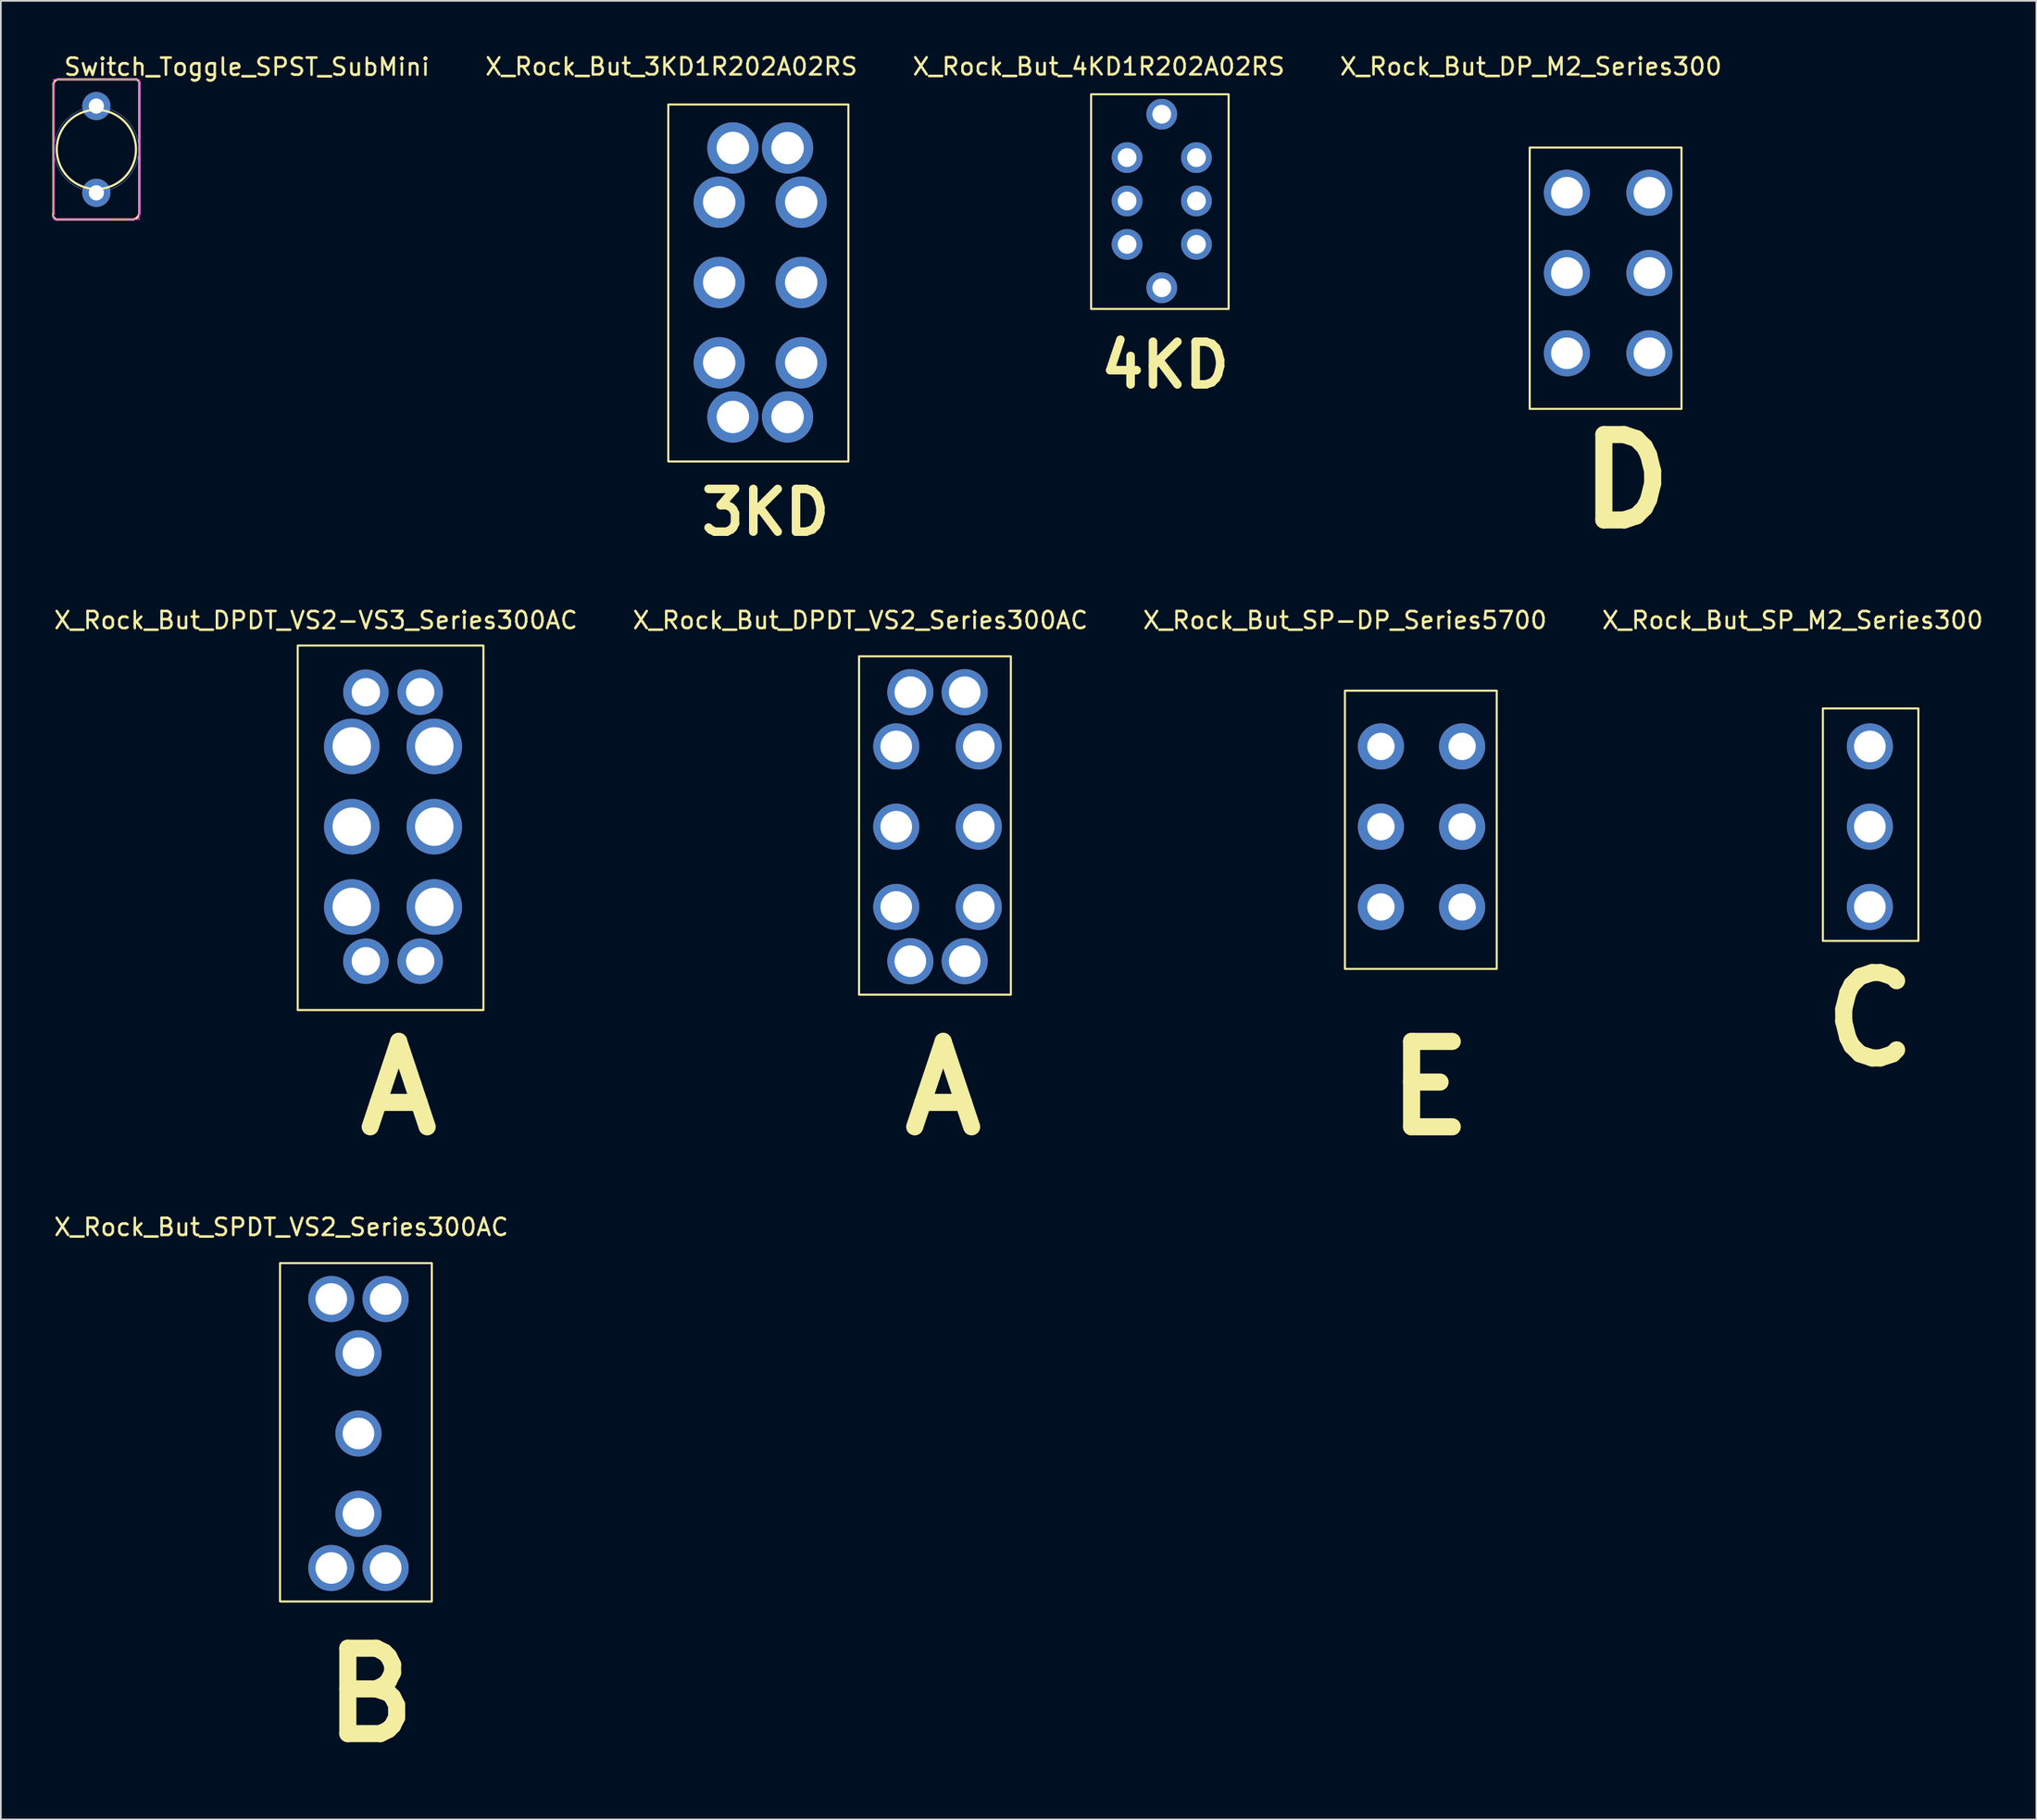
<source format=kicad_pcb>
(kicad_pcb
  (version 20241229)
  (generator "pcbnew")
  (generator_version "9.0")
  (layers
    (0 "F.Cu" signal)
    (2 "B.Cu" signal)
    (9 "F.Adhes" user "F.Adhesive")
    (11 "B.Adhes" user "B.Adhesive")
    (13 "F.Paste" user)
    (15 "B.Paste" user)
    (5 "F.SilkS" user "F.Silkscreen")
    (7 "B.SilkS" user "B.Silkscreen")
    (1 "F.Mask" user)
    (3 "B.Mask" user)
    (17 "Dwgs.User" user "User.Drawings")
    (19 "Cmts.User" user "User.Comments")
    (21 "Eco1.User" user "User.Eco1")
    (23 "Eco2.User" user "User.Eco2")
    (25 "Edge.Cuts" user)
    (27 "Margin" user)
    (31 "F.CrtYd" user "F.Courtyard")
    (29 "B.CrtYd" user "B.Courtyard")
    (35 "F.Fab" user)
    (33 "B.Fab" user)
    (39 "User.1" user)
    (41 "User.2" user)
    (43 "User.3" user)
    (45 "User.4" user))
  (footprint "X_Rock_But_DP_M2_Series300"
    (layer "F.Cu")
    (at 89.487 5.058)
    (property "Reference" "X_Rock_But_DP_M2_Series300" (at -2.93 -4.21 0) (unlocked yes) (layer "F.SilkS") (effects (font (size 1 1) (thickness 0.15))))
    (fp_rect (start -3.002 0.53) (end 5.883 15.83) (stroke (width 0.12) (type default)) (fill no) (layer "F.SilkS"))
    (fp_text user "D" (at -0.51 23 0) (unlocked yes) (layer "F.SilkS") (effects (font (size 5 5) (thickness 1) (bold yes)) (justify left bottom)))
    (pad "5" thru_hole circle (at -0.825 12.575) (size 2.7 2.7) (drill 1.85) (layers "*.Cu" "*.Mask"))
    (pad "6" thru_hole circle (at -0.825 7.875) (size 2.7 2.7) (drill 1.85) (layers "*.Cu" "*.Mask"))
    (pad "7" thru_hole circle (at -0.825 3.175) (size 2.7 2.7) (drill 1.85) (layers "*.Cu" "*.Mask"))
    (pad "8" thru_hole circle (at 4.005 3.175) (size 2.7 2.7) (drill 1.85) (layers "*.Cu" "*.Mask"))
    (pad "9" thru_hole circle (at 4.005 7.875) (size 2.7 2.7) (drill 1.85) (layers "*.Cu" "*.Mask"))
    (pad "10" thru_hole circle (at 4.005 12.575) (size 2.7 2.7) (drill 1.85) (layers "*.Cu" "*.Mask")))
  (footprint "Switch_Toggle_SPST_SubMini"
    (layer "F.Cu")
    (at 2.59 5.7)
    (property "Reference" "Switch_Toggle_SPST_SubMini" (at -1.98 -4.25 0) (layer "F.SilkS") (effects (font (size 1 1) (thickness 0.15)) (justify left bottom)))
    (attr through_hole)
    (fp_line (start -2.51 3.746) (end -2.51 -3.846) (stroke (width 0.127) (type solid)) (layer "F.SilkS"))
    (fp_line (start -2.146 -4.1) (end 2.346 -4.1) (stroke (width 0.127) (type solid)) (layer "F.SilkS"))
    (fp_line (start 2.146 4.1) (end -2.346 4.1) (stroke (width 0.127) (type solid)) (layer "F.SilkS"))
    (fp_line (start 2.51 -3.846) (end 2.51 3.646) (stroke (width 0.127) (type solid)) (layer "F.SilkS"))
    (fp_arc (start -2.51 -3.846) (mid -2.380625 -4.048417) (end -2.145999 -4.100001) (stroke (width 0.127) (type solid)) (layer "F.SilkS"))
    (fp_arc (start -2.346 4.1) (mid -2.501345 3.956979) (end -2.51 3.746) (stroke (width 0.127) (type solid)) (layer "F.SilkS"))
    (fp_arc (start 2.346 -4.1) (mid 2.480605 -4.006966) (end 2.51 -3.846) (stroke (width 0.127) (type solid)) (layer "F.SilkS"))
    (fp_arc (start 2.51 3.646) (mid 2.422026 3.948387) (end 2.146 4.1) (stroke (width 0.127) (type solid)) (layer "F.SilkS"))
    (fp_circle (center 0 0) (end 2.32 0) (stroke (width 0.127) (type solid)) (fill no) (layer "F.SilkS"))
    (fp_circle (center 0 0) (end 2.477 0) (stroke (width 0.025) (type solid)) (fill no) (layer "Cmts.User"))
    (fp_line (start -2.5 -4.1) (end -2.5 4.1) (stroke (width 0.05) (type solid)) (layer "F.CrtYd"))
    (fp_line (start -2.5 4.1) (end 2.5 4.1) (stroke (width 0.05) (type solid)) (layer "F.CrtYd"))
    (fp_line (start 2.5 -4.1) (end -2.5 -4.1) (stroke (width 0.05) (type solid)) (layer "F.CrtYd"))
    (fp_line (start 2.5 4.1) (end 2.5 -4.1) (stroke (width 0.05) (type solid)) (layer "F.CrtYd"))
    (pad "1" thru_hole circle (at 0 -2.54) (size 1.651 1.651) (drill 0.889) (layers "*.Cu" "*.Mask"))
    (pad "2" thru_hole circle (at 0 2.54) (size 1.651 1.651) (drill 0.889) (layers "*.Cu" "*.Mask")))
  (footprint "X_Rock_But_DPDT_VS2-VS3_Series300AC"
    (layer "F.Cu")
    (at 18.365 37.477)
    (property "Reference" "X_Rock_But_DPDT_VS2-VS3_Series300AC" (at -2.93 -4.21 0) (unlocked yes) (layer "F.SilkS") (effects (font (size 1 1) (thickness 0.15))))
    (fp_rect (start -3.99 -2.73) (end 6.88 18.61) (stroke (width 0.12) (type default)) (fill no) (layer "F.SilkS"))
    (fp_text user "A" (at -0.88 26.11 0) (unlocked yes) (layer "F.SilkS") (effects (font (size 5 5) (thickness 1) (bold yes)) (justify left bottom)))
    (pad "1" thru_hole circle (at 0 0) (size 2.66 2.66) (drill 1.66) (layers "*.Cu" "*.Mask"))
    (pad "2" thru_hole circle (at 3.18 0) (size 2.66 2.66) (drill 1.66) (layers "*.Cu" "*.Mask"))
    (pad "3" thru_hole circle (at 0 15.75) (size 2.66 2.66) (drill 1.66) (layers "*.Cu" "*.Mask"))
    (pad "4" thru_hole circle (at 3.18 15.75) (size 2.66 2.66) (drill 1.66) (layers "*.Cu" "*.Mask"))
    (pad "5" thru_hole circle (at -0.825 12.575) (size 3.25 3.25) (drill 2.25) (layers "*.Cu" "*.Mask"))
    (pad "6" thru_hole circle (at -0.825 7.875) (size 3.25 3.25) (drill 2.25) (layers "*.Cu" "*.Mask"))
    (pad "7" thru_hole circle (at -0.825 3.175) (size 3.25 3.25) (drill 2.25) (layers "*.Cu" "*.Mask"))
    (pad "8" thru_hole circle (at 4.005 3.175) (size 3.25 3.25) (drill 2.25) (layers "*.Cu" "*.Mask"))
    (pad "9" thru_hole circle (at 4.005 7.875) (size 3.25 3.25) (drill 2.25) (layers "*.Cu" "*.Mask"))
    (pad "10" thru_hole circle (at 4.005 12.575) (size 3.25 3.25) (drill 2.25) (layers "*.Cu" "*.Mask")))
  (footprint "X_Rock_But_DPDT_VS2_Series300AC"
    (layer "F.Cu")
    (at 50.234 37.477)
    (property "Reference" "X_Rock_But_DPDT_VS2_Series300AC" (at -2.93 -4.21 0) (unlocked yes) (layer "F.SilkS") (effects (font (size 1 1) (thickness 0.15))))
    (fp_rect (start -3.002 -2.1) (end 5.883 17.71) (stroke (width 0.12) (type default)) (fill no) (layer "F.SilkS"))
    (fp_text user "A" (at -0.88 26.11 0) (unlocked yes) (layer "F.SilkS") (effects (font (size 5 5) (thickness 1) (bold yes)) (justify left bottom)))
    (pad "1" thru_hole circle (at 0 0) (size 2.7 2.7) (drill 1.85) (layers "*.Cu" "*.Mask"))
    (pad "2" thru_hole circle (at 3.18 0) (size 2.7 2.7) (drill 1.85) (layers "*.Cu" "*.Mask"))
    (pad "3" thru_hole circle (at 0 15.75) (size 2.7 2.7) (drill 1.85) (layers "*.Cu" "*.Mask"))
    (pad "4" thru_hole circle (at 3.18 15.75) (size 2.7 2.7) (drill 1.85) (layers "*.Cu" "*.Mask"))
    (pad "5" thru_hole circle (at -0.825 12.575) (size 2.7 2.7) (drill 1.85) (layers "*.Cu" "*.Mask"))
    (pad "6" thru_hole circle (at -0.825 7.875) (size 2.7 2.7) (drill 1.85) (layers "*.Cu" "*.Mask"))
    (pad "7" thru_hole circle (at -0.825 3.175) (size 2.7 2.7) (drill 1.85) (layers "*.Cu" "*.Mask"))
    (pad "8" thru_hole circle (at 4.005 3.175) (size 2.7 2.7) (drill 1.85) (layers "*.Cu" "*.Mask"))
    (pad "9" thru_hole circle (at 4.005 7.875) (size 2.7 2.7) (drill 1.85) (layers "*.Cu" "*.Mask"))
    (pad "10" thru_hole circle (at 4.005 12.575) (size 2.7 2.7) (drill 1.85) (layers "*.Cu" "*.Mask")))
  (footprint "X_Rock_But_SPDT_VS2_Series300AC"
    (layer "F.Cu")
    (at 16.341 73.005)
    (property "Reference" "X_Rock_But_SPDT_VS2_Series300AC" (at -2.93 -4.21 0) (unlocked yes) (layer "F.SilkS") (effects (font (size 1 1) (thickness 0.15))))
    (fp_rect (start -3.002 -2.1) (end 5.883 17.71) (stroke (width 0.12) (type default)) (fill no) (layer "F.SilkS"))
    (fp_text user "B" (at -0.88 26.11 0) (unlocked yes) (layer "F.SilkS") (effects (font (size 5 5) (thickness 1) (bold yes)) (justify left bottom)))
    (pad "1" thru_hole circle (at 0 0) (size 2.7 2.7) (drill 1.85) (layers "*.Cu" "*.Mask"))
    (pad "2" thru_hole circle (at 3.18 0) (size 2.7 2.7) (drill 1.85) (layers "*.Cu" "*.Mask"))
    (pad "3" thru_hole circle (at 0 15.75) (size 2.7 2.7) (drill 1.85) (layers "*.Cu" "*.Mask"))
    (pad "4" thru_hole circle (at 3.18 15.75) (size 2.7 2.7) (drill 1.85) (layers "*.Cu" "*.Mask"))
    (pad "5" thru_hole circle (at 1.59 12.575) (size 2.7 2.7) (drill 1.85) (layers "*.Cu" "*.Mask"))
    (pad "6" thru_hole circle (at 1.59 7.875) (size 2.7 2.7) (drill 1.85) (layers "*.Cu" "*.Mask"))
    (pad "7" thru_hole circle (at 1.59 3.175) (size 2.7 2.7) (drill 1.85) (layers "*.Cu" "*.Mask")))
  (footprint "X_Rock_But_4KD1R202A02RS"
    (layer "F.Cu")
    (at 62.919 6.178)
    (property "Reference" "X_Rock_But_4KD1R202A02RS" (at -1.66 -5.33 0) (unlocked yes) (layer "F.SilkS") (effects (font (size 1 1) (thickness 0.15))))
    (fp_rect (start -2.105 -3.71) (end 5.945 8.86) (stroke (width 0.12) (type default)) (fill no) (layer "F.SilkS"))
    (fp_text user "4KD" (at -1.79 13.61 0) (unlocked yes) (layer "F.SilkS") (effects (font (size 2.5 2.5) (thickness 0.5) (bold yes)) (justify left bottom)))
    (pad "1" thru_hole circle (at 0 0) (size 1.8 1.8) (drill 1.1) (layers "*.Cu" "*.Mask"))
    (pad "2" thru_hole circle (at 0 2.54) (size 1.8 1.8) (drill 1.1) (layers "*.Cu" "*.Mask"))
    (pad "3" thru_hole circle (at 0 5.08) (size 1.8 1.8) (drill 1.1) (layers "*.Cu" "*.Mask"))
    (pad "4" thru_hole circle (at 4.06 0) (size 1.8 1.8) (drill 1.1) (layers "*.Cu" "*.Mask"))
    (pad "5" thru_hole circle (at 4.06 2.54) (size 1.8 1.8) (drill 1.1) (layers "*.Cu" "*.Mask"))
    (pad "6" thru_hole circle (at 4.06 5.08) (size 1.8 1.8) (drill 1.1) (layers "*.Cu" "*.Mask"))
    (pad "7" thru_hole circle (at 2.03 -2.54) (size 1.8 1.8) (drill 1.1) (layers "*.Cu" "*.Mask"))
    (pad "8" thru_hole circle (at 2.03 7.62) (size 1.8 1.8) (drill 1.1) (layers "*.Cu" "*.Mask")))
  (footprint "X_Rock_But_3KD1R202A02RS"
    (layer "F.Cu")
    (at 39.047 8.788)
    (property "Reference" "X_Rock_But_3KD1R202A02RS" (at -2.8 -7.94 0) (unlocked yes) (layer "F.SilkS") (effects (font (size 1 1) (thickness 0.15))))
    (fp_rect (start -2.98 -5.72) (end 7.56 15.18) (stroke (width 0.12) (type default)) (fill no) (layer "F.SilkS"))
    (fp_text user "3KD" (at -1.31 19.62 0) (unlocked yes) (layer "F.SilkS") (effects (font (size 2.5 2.5) (thickness 0.5) (bold yes)) (justify left bottom)))
    (pad "1" thru_hole circle (at 0 0) (size 3 3) (drill 1.9) (layers "*.Cu" "*.Mask"))
    (pad "2" thru_hole circle (at 0 4.7) (size 3 3) (drill 1.9) (layers "*.Cu" "*.Mask"))
    (pad "3" thru_hole circle (at 0 9.4) (size 3 3) (drill 1.9) (layers "*.Cu" "*.Mask"))
    (pad "4" thru_hole circle (at 4.8 0) (size 3 3) (drill 1.9) (layers "*.Cu" "*.Mask"))
    (pad "5" thru_hole circle (at 4.8 4.7) (size 3 3) (drill 1.9) (layers "*.Cu" "*.Mask"))
    (pad "6" thru_hole circle (at 4.8 9.4) (size 3 3) (drill 1.9) (layers "*.Cu" "*.Mask"))
    (pad "7" thru_hole circle (at 0.8 -3.175) (size 3 3) (drill 1.9) (layers "*.Cu" "*.Mask"))
    (pad "8" thru_hole circle (at 4 -3.175) (size 3 3) (drill 1.9) (layers "*.Cu" "*.Mask"))
    (pad "9" thru_hole circle (at 0.8 12.575) (size 3 3) (drill 1.9) (layers "*.Cu" "*.Mask"))
    (pad "10" thru_hole circle (at 4 12.575) (size 3 3) (drill 1.9) (layers "*.Cu" "*.Mask")))
  (footprint "X_Rock_But_SP_M2_Series300"
    (layer "F.Cu")
    (at 104.805 37.477)
    (property "Reference" "X_Rock_But_SP_M2_Series300" (at -2.93 -4.21 0) (unlocked yes) (layer "F.SilkS") (effects (font (size 1 1) (thickness 0.15))))
    (fp_rect (start -1.161 0.95) (end 4.43 14.56) (stroke (width 0.12) (type default)) (fill no) (layer "F.SilkS"))
    (fp_text user "C" (at -1.55 22.08 0) (unlocked yes) (layer "F.SilkS") (effects (font (size 5 5) (thickness 1) (bold yes)) (justify left bottom)))
    (pad "1" thru_hole circle (at 1.59 3.175) (size 2.7 2.7) (drill 1.85) (layers "*.Cu" "*.Mask"))
    (pad "2" thru_hole circle (at 1.59 7.875) (size 2.7 2.7) (drill 1.85) (layers "*.Cu" "*.Mask"))
    (pad "3" thru_hole circle (at 1.59 12.575) (size 2.7 2.7) (drill 1.85) (layers "*.Cu" "*.Mask")))
  (footprint "X_Rock_But_SP-DP_Series5700"
    (layer "F.Cu")
    (at 78.603 37.477)
    (property "Reference" "X_Rock_But_SP-DP_Series5700" (at -2.93 -4.21 0) (unlocked yes) (layer "F.SilkS") (effects (font (size 1 1) (thickness 0.15))))
    (fp_rect (start -2.933 -0.09) (end 5.952 16.2) (stroke (width 0.12) (type default)) (fill no) (layer "F.SilkS"))
    (fp_text user "E" (at -0.88 26.11 0) (unlocked yes) (layer "F.SilkS") (effects (font (size 5 5) (thickness 1) (bold yes)) (justify left bottom)))
    (pad "5" thru_hole circle (at -0.825 12.575) (size 2.7 2.7) (drill 1.6) (layers "*.Cu" "*.Mask"))
    (pad "6" thru_hole circle (at -0.825 7.875) (size 2.7 2.7) (drill 1.6) (layers "*.Cu" "*.Mask"))
    (pad "7" thru_hole circle (at -0.825 3.175) (size 2.7 2.7) (drill 1.6) (layers "*.Cu" "*.Mask"))
    (pad "8" thru_hole circle (at 3.925 3.175) (size 2.7 2.7) (drill 1.6) (layers "*.Cu" "*.Mask"))
    (pad "9" thru_hole circle (at 3.925 7.875) (size 2.7 2.7) (drill 1.6) (layers "*.Cu" "*.Mask"))
    (pad "10" thru_hole circle (at 3.925 12.575) (size 2.7 2.7) (drill 1.6) (layers "*.Cu" "*.Mask")))
  (gr_rect
    (start -3 -3)
    (end 116.143 103.475)
    (stroke (width 0.1) (type default))
    (fill no)
    (layer "Edge.Cuts")))
</source>
